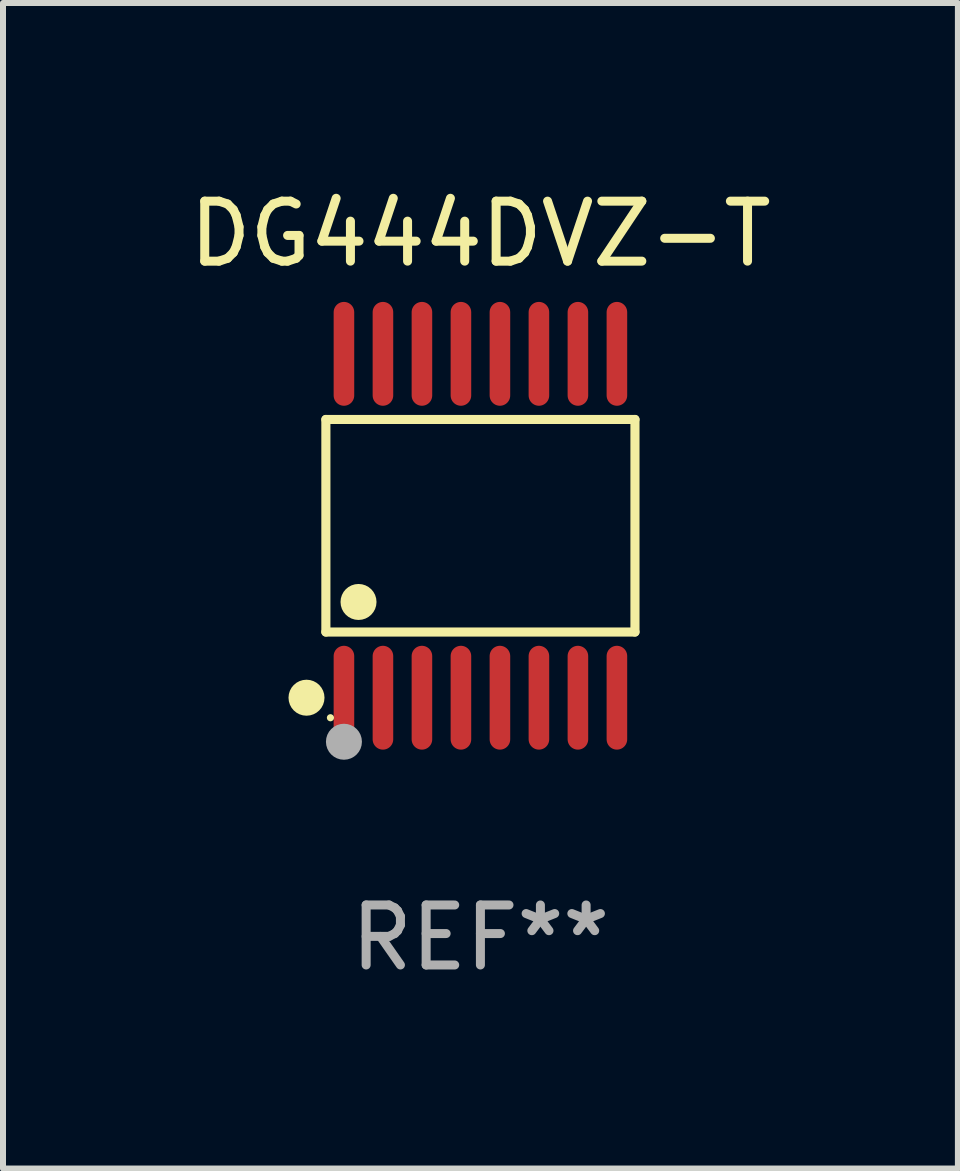
<source format=kicad_pcb>
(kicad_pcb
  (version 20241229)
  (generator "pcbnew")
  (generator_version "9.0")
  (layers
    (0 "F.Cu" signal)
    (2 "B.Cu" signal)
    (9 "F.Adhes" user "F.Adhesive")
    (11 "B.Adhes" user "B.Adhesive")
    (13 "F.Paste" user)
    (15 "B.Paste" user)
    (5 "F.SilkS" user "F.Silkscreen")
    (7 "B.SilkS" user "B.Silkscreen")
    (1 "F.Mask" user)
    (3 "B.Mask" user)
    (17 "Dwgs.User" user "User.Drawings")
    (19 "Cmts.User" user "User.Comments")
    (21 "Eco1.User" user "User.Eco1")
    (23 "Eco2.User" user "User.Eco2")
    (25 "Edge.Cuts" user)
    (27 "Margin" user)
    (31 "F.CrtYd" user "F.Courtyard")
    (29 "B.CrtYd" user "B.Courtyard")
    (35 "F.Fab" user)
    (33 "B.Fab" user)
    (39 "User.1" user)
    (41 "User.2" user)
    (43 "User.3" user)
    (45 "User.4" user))
  (footprint "DG444DVZ-T"
    (layer "F.Cu")
    (at 4.958 5.714)
    (property "Reference" "DG444DVZ-T" (at 0 -4.866 0) (layer "F.SilkS") (effects (font (size 1 1) (thickness 0.15))))
    (attr through_hole)
    (fp_line (start -2.576 -1.772) (end 2.576 -1.772) (stroke (width 0.152) (type solid)) (layer "F.SilkS"))
    (fp_line (start -2.576 1.771) (end -2.576 -1.772) (stroke (width 0.152) (type solid)) (layer "F.SilkS"))
    (fp_line (start 2.576 -1.772) (end 2.576 1.771) (stroke (width 0.152) (type solid)) (layer "F.SilkS"))
    (fp_line (start 2.576 1.771) (end -2.576 1.771) (stroke (width 0.152) (type solid)) (layer "F.SilkS"))
    (fp_circle (center -2.899 2.866) (end -2.749 2.866) (stroke (width 0.3) (type solid)) (fill no) (layer "F.SilkS"))
    (fp_circle (center -2.5 3.2) (end -2.47 3.2) (stroke (width 0.06) (type solid)) (fill no) (layer "F.SilkS"))
    (fp_circle (center -2.032 1.27) (end -1.882 1.27) (stroke (width 0.3) (type solid)) (fill no) (layer "F.SilkS"))
    (fp_circle (center -2.275 3.6) (end -2.125 3.6) (stroke (width 0.3) (type solid)) (fill no) (layer "F.Fab"))
    (fp_text user "REF**" (at 0 6.866 0) (layer "F.Fab") (effects (font (size 1 1) (thickness 0.15))))
    (pad "1" smd oval (at -2.275 2.866) (size 0.343 1.731) (layers "F.Cu" "F.Mask" "F.Paste"))
    (pad "2" smd oval (at -1.625 2.866) (size 0.343 1.731) (layers "F.Cu" "F.Mask" "F.Paste"))
    (pad "3" smd oval (at -0.975 2.866) (size 0.343 1.731) (layers "F.Cu" "F.Mask" "F.Paste"))
    (pad "4" smd oval (at -0.325 2.866) (size 0.343 1.731) (layers "F.Cu" "F.Mask" "F.Paste"))
    (pad "5" smd oval (at 0.325 2.866) (size 0.343 1.731) (layers "F.Cu" "F.Mask" "F.Paste"))
    (pad "6" smd oval (at 0.975 2.866) (size 0.343 1.731) (layers "F.Cu" "F.Mask" "F.Paste"))
    (pad "7" smd oval (at 1.625 2.866) (size 0.343 1.731) (layers "F.Cu" "F.Mask" "F.Paste"))
    (pad "8" smd oval (at 2.275 2.866) (size 0.343 1.731) (layers "F.Cu" "F.Mask" "F.Paste"))
    (pad "9" smd oval (at 2.275 -2.866) (size 0.343 1.731) (layers "F.Cu" "F.Mask" "F.Paste"))
    (pad "10" smd oval (at 1.625 -2.866) (size 0.343 1.731) (layers "F.Cu" "F.Mask" "F.Paste"))
    (pad "11" smd oval (at 0.975 -2.866) (size 0.343 1.731) (layers "F.Cu" "F.Mask" "F.Paste"))
    (pad "12" smd oval (at 0.325 -2.866) (size 0.343 1.731) (layers "F.Cu" "F.Mask" "F.Paste"))
    (pad "13" smd oval (at -0.325 -2.866) (size 0.343 1.731) (layers "F.Cu" "F.Mask" "F.Paste"))
    (pad "14" smd oval (at -0.975 -2.866) (size 0.343 1.731) (layers "F.Cu" "F.Mask" "F.Paste"))
    (pad "15" smd oval (at -1.625 -2.866) (size 0.343 1.731) (layers "F.Cu" "F.Mask" "F.Paste"))
    (pad "16" smd oval (at -2.275 -2.866) (size 0.343 1.731) (layers "F.Cu" "F.Mask" "F.Paste")))
  (gr_rect
    (start -3 -3)
    (end 12.917 16.428)
    (stroke (width 0.1) (type default))
    (fill no)
    (layer "Edge.Cuts")))
</source>
